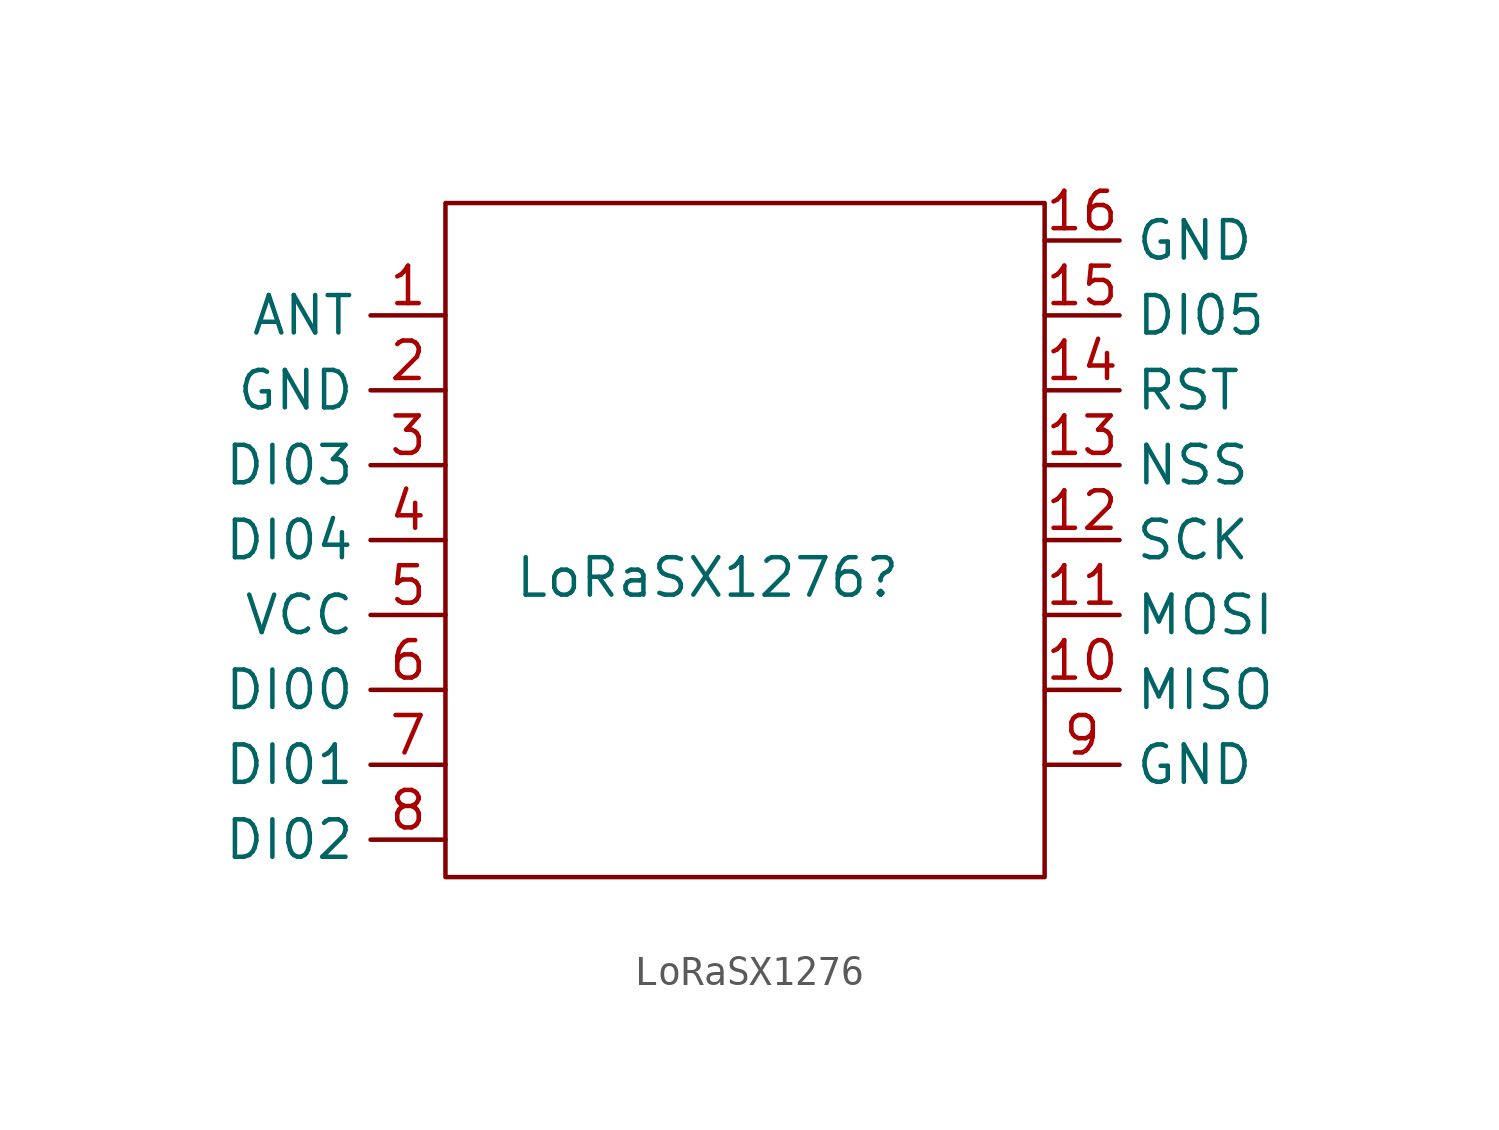
<source format=kicad_sym>
(kicad_symbol_lib
  (version 20231120)
  (generator "kicad_symbol_editor")
  (generator_version "8.0")
  (symbol "LoRaSX1276"
    (property "Reference" "LoRaSX1276"
      (at 0 0 0)
      (effects (font (size 1.27 1.27))))
    (property "Value" ""
      (at 0 0 0)
      (effects (font (size 1.27 1.27))))
    (symbol "LoRaSX1276_0_1"
      (rectangle (start -8.89 12.7) (end 11.43 -10.16) (stroke (width 0) (type default)) (fill (type none))))
    (symbol "LoRaSX1276_1_1"
      (pin input line (at -8.89 8.89 180) (length 2.54) (name "ANT" (effects (font (size 1.27 1.27)))) (number "1" (effects (font (size 1.27 1.27)))))
      (pin input line (at 11.43 -3.81 0) (length 2.54) (name "MISO" (effects (font (size 1.27 1.27)))) (number "10" (effects (font (size 1.27 1.27)))))
      (pin input line (at 11.43 -1.27 0) (length 2.54) (name "MOSI" (effects (font (size 1.27 1.27)))) (number "11" (effects (font (size 1.27 1.27)))))
      (pin input line (at 11.43 1.27 0) (length 2.54) (name "SCK" (effects (font (size 1.27 1.27)))) (number "12" (effects (font (size 1.27 1.27)))))
      (pin input line (at 11.43 3.81 0) (length 2.54) (name "NSS" (effects (font (size 1.27 1.27)))) (number "13" (effects (font (size 1.27 1.27)))))
      (pin input line (at 11.43 6.35 0) (length 2.54) (name "RST" (effects (font (size 1.27 1.27)))) (number "14" (effects (font (size 1.27 1.27)))))
      (pin input line (at 11.43 8.89 0) (length 2.54) (name "DI05" (effects (font (size 1.27 1.27)))) (number "15" (effects (font (size 1.27 1.27)))))
      (pin input line (at 11.43 11.43 0) (length 2.54) (name "GND" (effects (font (size 1.27 1.27)))) (number "16" (effects (font (size 1.27 1.27)))))
      (pin input line (at -8.89 6.35 180) (length 2.54) (name "GND" (effects (font (size 1.27 1.27)))) (number "2" (effects (font (size 1.27 1.27)))))
      (pin input line (at -8.89 3.81 180) (length 2.54) (name "DI03" (effects (font (size 1.27 1.27)))) (number "3" (effects (font (size 1.27 1.27)))))
      (pin input line (at -8.89 1.27 180) (length 2.54) (name "DI04" (effects (font (size 1.27 1.27)))) (number "4" (effects (font (size 1.27 1.27)))))
      (pin input line (at -8.89 -1.27 180) (length 2.54) (name "VCC" (effects (font (size 1.27 1.27)))) (number "5" (effects (font (size 1.27 1.27)))))
      (pin input line (at -8.89 -3.81 180) (length 2.54) (name "DI00" (effects (font (size 1.27 1.27)))) (number "6" (effects (font (size 1.27 1.27)))))
      (pin input line (at -8.89 -6.35 180) (length 2.54) (name "DI01" (effects (font (size 1.27 1.27)))) (number "7" (effects (font (size 1.27 1.27)))))
      (pin input line (at -8.89 -8.89 180) (length 2.54) (name "DI02" (effects (font (size 1.27 1.27)))) (number "8" (effects (font (size 1.27 1.27)))))
      (pin input line (at 11.43 -6.35 0) (length 2.54) (name "GND" (effects (font (size 1.27 1.27)))) (number "9" (effects (font (size 1.27 1.27))))))))
</source>
